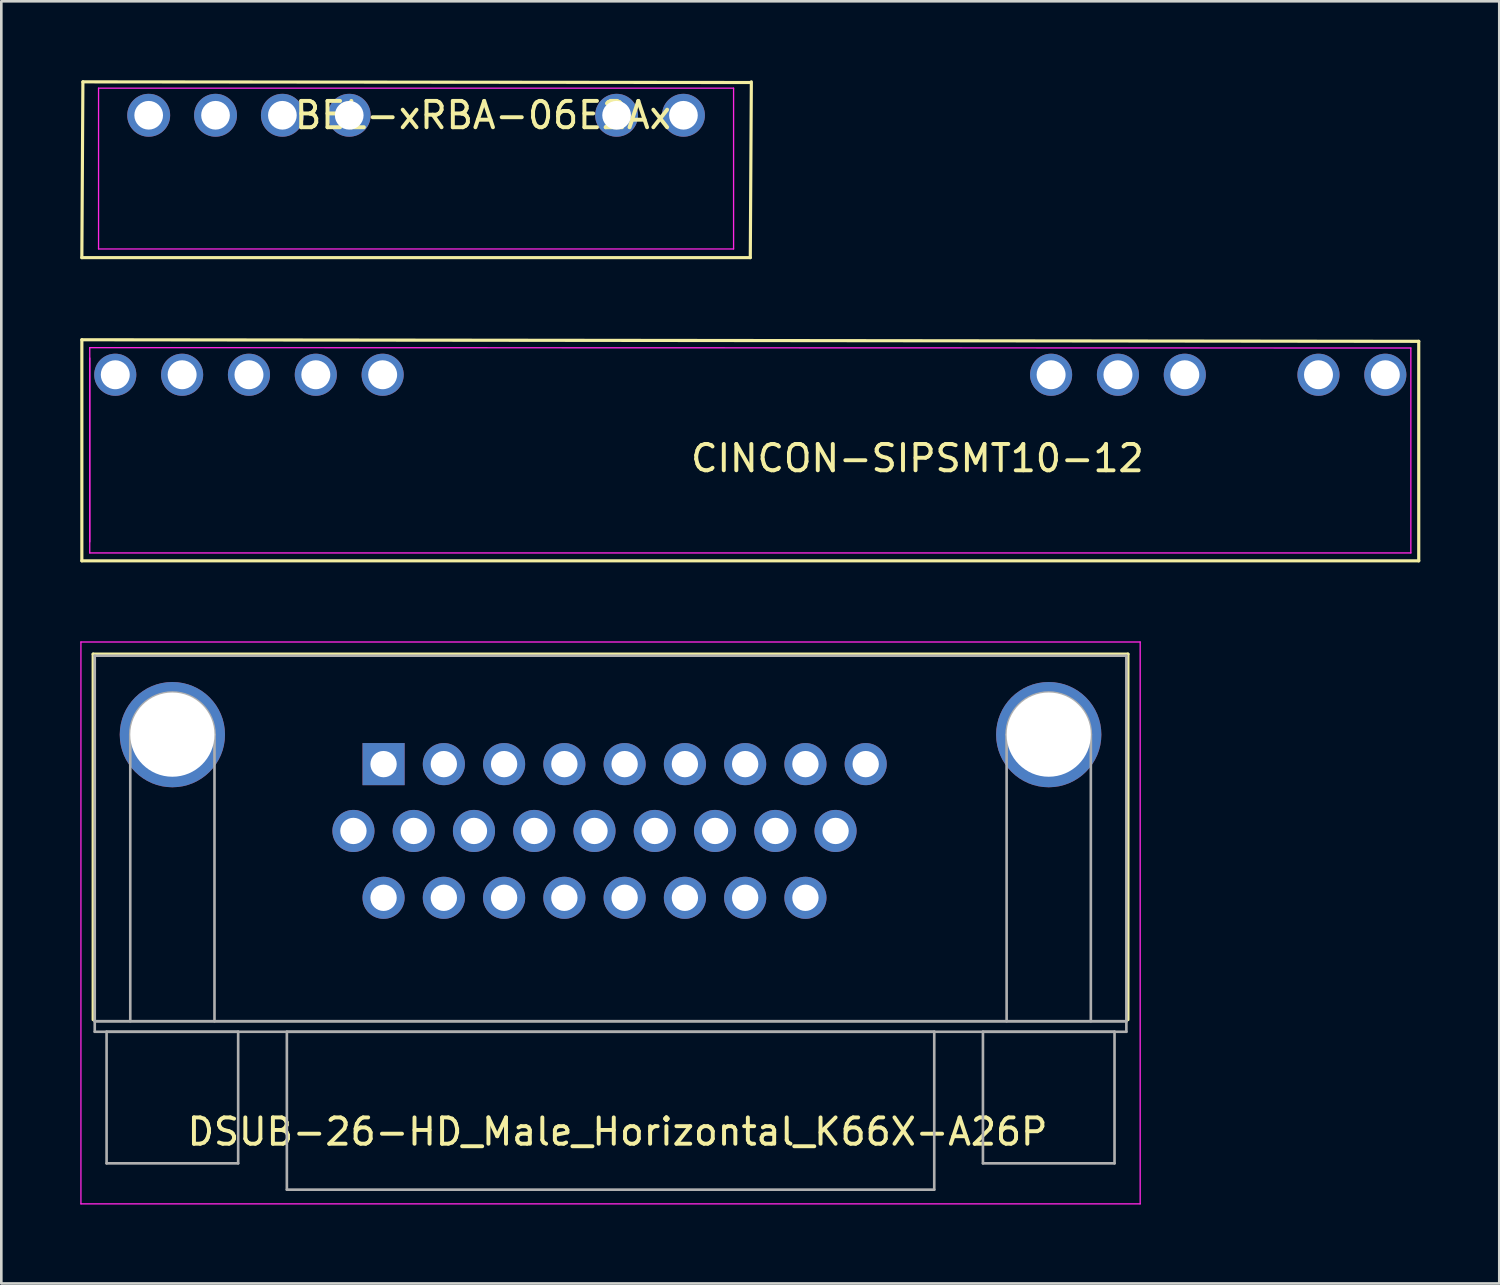
<source format=kicad_pcb>
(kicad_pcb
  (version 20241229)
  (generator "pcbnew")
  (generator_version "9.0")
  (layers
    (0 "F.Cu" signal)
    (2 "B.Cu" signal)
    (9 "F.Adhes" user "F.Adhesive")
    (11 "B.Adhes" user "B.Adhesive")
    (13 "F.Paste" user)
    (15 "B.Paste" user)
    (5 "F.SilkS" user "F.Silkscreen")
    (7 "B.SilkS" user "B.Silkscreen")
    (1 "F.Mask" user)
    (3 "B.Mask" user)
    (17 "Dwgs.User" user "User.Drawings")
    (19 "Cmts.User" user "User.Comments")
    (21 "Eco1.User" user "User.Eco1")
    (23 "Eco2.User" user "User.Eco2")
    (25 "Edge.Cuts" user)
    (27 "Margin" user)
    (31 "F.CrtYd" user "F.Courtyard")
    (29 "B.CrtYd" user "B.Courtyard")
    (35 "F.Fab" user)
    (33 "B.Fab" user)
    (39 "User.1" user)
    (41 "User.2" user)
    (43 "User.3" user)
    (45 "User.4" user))
  (footprint "DSUB-26-HD_Male_Horizontal_K66X-A26P"
    (layer "F.Cu")
    (at 20.415 32.335)
    (property "Reference" "DSUB-26-HD_Male_Horizontal_K66X-A26P" (at 0 7.62 0) (layer "F.SilkS") (effects (font (size 1 1) (thickness 0.15))))
    (attr through_hole)
    (fp_line (start -19.925 -10.53) (end 19.395 -10.53) (stroke (width 0.12) (type solid)) (layer "F.SilkS"))
    (fp_line (start -19.925 3.36) (end -19.925 -10.53) (stroke (width 0.12) (type solid)) (layer "F.SilkS"))
    (fp_line (start 19.395 -10.53) (end 19.395 3.36) (stroke (width 0.12) (type solid)) (layer "F.SilkS"))
    (fp_line (start -20.39 -10.99) (end -20.39 10.36) (stroke (width 0.05) (type solid)) (layer "F.CrtYd"))
    (fp_line (start -20.39 10.36) (end 19.86 10.36) (stroke (width 0.05) (type solid)) (layer "F.CrtYd"))
    (fp_line (start 19.86 -10.99) (end -20.39 -10.99) (stroke (width 0.05) (type solid)) (layer "F.CrtYd"))
    (fp_line (start 19.86 10.36) (end 19.86 -10.99) (stroke (width 0.05) (type solid)) (layer "F.CrtYd"))
    (fp_line (start -19.865 -10.47) (end -19.865 3.42) (stroke (width 0.1) (type solid)) (layer "F.Fab"))
    (fp_line (start -19.865 3.42) (end -19.865 3.82) (stroke (width 0.1) (type solid)) (layer "F.Fab"))
    (fp_line (start -19.865 3.42) (end 19.335 3.42) (stroke (width 0.1) (type solid)) (layer "F.Fab"))
    (fp_line (start -19.865 3.82) (end 19.335 3.82) (stroke (width 0.1) (type solid)) (layer "F.Fab"))
    (fp_line (start -19.415 3.82) (end -19.415 8.82) (stroke (width 0.1) (type solid)) (layer "F.Fab"))
    (fp_line (start -19.415 8.82) (end -14.415 8.82) (stroke (width 0.1) (type solid)) (layer "F.Fab"))
    (fp_line (start -18.515 3.42) (end -18.515 -7.47) (stroke (width 0.1) (type solid)) (layer "F.Fab"))
    (fp_line (start -15.315 3.42) (end -15.315 -7.47) (stroke (width 0.1) (type solid)) (layer "F.Fab"))
    (fp_line (start -14.415 3.82) (end -19.415 3.82) (stroke (width 0.1) (type solid)) (layer "F.Fab"))
    (fp_line (start -14.415 8.82) (end -14.415 3.82) (stroke (width 0.1) (type solid)) (layer "F.Fab"))
    (fp_line (start -12.565 3.82) (end -12.565 9.82) (stroke (width 0.1) (type solid)) (layer "F.Fab"))
    (fp_line (start -12.565 9.82) (end 12.035 9.82) (stroke (width 0.1) (type solid)) (layer "F.Fab"))
    (fp_line (start 12.035 3.82) (end -12.565 3.82) (stroke (width 0.1) (type solid)) (layer "F.Fab"))
    (fp_line (start 12.035 9.82) (end 12.035 3.82) (stroke (width 0.1) (type solid)) (layer "F.Fab"))
    (fp_line (start 13.885 3.82) (end 13.885 8.82) (stroke (width 0.1) (type solid)) (layer "F.Fab"))
    (fp_line (start 13.885 8.82) (end 18.885 8.82) (stroke (width 0.1) (type solid)) (layer "F.Fab"))
    (fp_line (start 14.785 3.42) (end 14.785 -7.47) (stroke (width 0.1) (type solid)) (layer "F.Fab"))
    (fp_line (start 17.985 3.42) (end 17.985 -7.47) (stroke (width 0.1) (type solid)) (layer "F.Fab"))
    (fp_line (start 18.885 3.82) (end 13.885 3.82) (stroke (width 0.1) (type solid)) (layer "F.Fab"))
    (fp_line (start 18.885 8.82) (end 18.885 3.82) (stroke (width 0.1) (type solid)) (layer "F.Fab"))
    (fp_line (start 19.335 -10.47) (end -19.865 -10.47) (stroke (width 0.1) (type solid)) (layer "F.Fab"))
    (fp_line (start 19.335 3.42) (end -19.865 3.42) (stroke (width 0.1) (type solid)) (layer "F.Fab"))
    (fp_line (start 19.335 3.42) (end 19.335 -10.47) (stroke (width 0.1) (type solid)) (layer "F.Fab"))
    (fp_line (start 19.335 3.82) (end 19.335 3.42) (stroke (width 0.1) (type solid)) (layer "F.Fab"))
    (fp_arc (start -18.515 -7.47) (mid -16.915 -9.07) (end -15.315 -7.47) (stroke (width 0.1) (type solid)) (layer "F.Fab"))
    (fp_arc (start 14.785 -7.47) (mid 16.385 -9.07) (end 17.985 -7.47) (stroke (width 0.1) (type solid)) (layer "F.Fab"))
    (pad "0" thru_hole circle (at -16.915 -7.47) (size 4 4) (drill 3.2) (layers "*.Cu" "*.Mask"))
    (pad "0" thru_hole circle (at 16.385 -7.47) (size 4 4) (drill 3.2) (layers "*.Cu" "*.Mask"))
    (pad "1" thru_hole rect (at -8.89 -6.35) (size 1.6 1.6) (drill 1) (layers "*.Cu" "*.Mask"))
    (pad "2" thru_hole circle (at -6.6 -6.35) (size 1.6 1.6) (drill 1) (layers "*.Cu" "*.Mask"))
    (pad "3" thru_hole circle (at -4.31 -6.35) (size 1.6 1.6) (drill 1) (layers "*.Cu" "*.Mask"))
    (pad "4" thru_hole circle (at -2.02 -6.35) (size 1.6 1.6) (drill 1) (layers "*.Cu" "*.Mask"))
    (pad "5" thru_hole circle (at 0.27 -6.35) (size 1.6 1.6) (drill 1) (layers "*.Cu" "*.Mask"))
    (pad "6" thru_hole circle (at 2.56 -6.35) (size 1.6 1.6) (drill 1) (layers "*.Cu" "*.Mask"))
    (pad "7" thru_hole circle (at 4.85 -6.35) (size 1.6 1.6) (drill 1) (layers "*.Cu" "*.Mask"))
    (pad "8" thru_hole circle (at 7.14 -6.35) (size 1.6 1.6) (drill 1) (layers "*.Cu" "*.Mask"))
    (pad "9" thru_hole circle (at 9.43 -6.35) (size 1.6 1.6) (drill 1) (layers "*.Cu" "*.Mask"))
    (pad "10" thru_hole circle (at -10.035 -3.81) (size 1.6 1.6) (drill 1) (layers "*.Cu" "*.Mask"))
    (pad "11" thru_hole circle (at -7.745 -3.81) (size 1.6 1.6) (drill 1) (layers "*.Cu" "*.Mask"))
    (pad "12" thru_hole circle (at -5.455 -3.81) (size 1.6 1.6) (drill 1) (layers "*.Cu" "*.Mask"))
    (pad "13" thru_hole circle (at -3.165 -3.81) (size 1.6 1.6) (drill 1) (layers "*.Cu" "*.Mask"))
    (pad "14" thru_hole circle (at -0.875 -3.81) (size 1.6 1.6) (drill 1) (layers "*.Cu" "*.Mask"))
    (pad "15" thru_hole circle (at 1.415 -3.81) (size 1.6 1.6) (drill 1) (layers "*.Cu" "*.Mask"))
    (pad "16" thru_hole circle (at 3.705 -3.81) (size 1.6 1.6) (drill 1) (layers "*.Cu" "*.Mask"))
    (pad "17" thru_hole circle (at 5.995 -3.81) (size 1.6 1.6) (drill 1) (layers "*.Cu" "*.Mask"))
    (pad "18" thru_hole circle (at 8.285 -3.81) (size 1.6 1.6) (drill 1) (layers "*.Cu" "*.Mask"))
    (pad "19" thru_hole circle (at -8.89 -1.27) (size 1.6 1.6) (drill 1) (layers "*.Cu" "*.Mask"))
    (pad "20" thru_hole circle (at -6.6 -1.27) (size 1.6 1.6) (drill 1) (layers "*.Cu" "*.Mask"))
    (pad "21" thru_hole circle (at -4.31 -1.27) (size 1.6 1.6) (drill 1) (layers "*.Cu" "*.Mask"))
    (pad "22" thru_hole circle (at -2.02 -1.27) (size 1.6 1.6) (drill 1) (layers "*.Cu" "*.Mask"))
    (pad "23" thru_hole circle (at 0.27 -1.27) (size 1.6 1.6) (drill 1) (layers "*.Cu" "*.Mask"))
    (pad "24" thru_hole circle (at 2.56 -1.27) (size 1.6 1.6) (drill 1) (layers "*.Cu" "*.Mask"))
    (pad "25" thru_hole circle (at 4.85 -1.27) (size 1.6 1.6) (drill 1) (layers "*.Cu" "*.Mask"))
    (pad "26" thru_hole circle (at 7.14 -1.27) (size 1.6 1.6) (drill 1) (layers "*.Cu" "*.Mask")))
  (footprint "BEL-xRBA-06E2Ax"
    (layer "F.Cu")
    (at 12.76 1.965)
    (property "Reference" "BEL-xRBA-06E2Ax" (at 2.54 -0.635 0) (layer "F.SilkS") (effects (font (size 1 1) (thickness 0.15))))
    (attr through_hole)
    (fp_line (start -12.7 4.775) (end -12.66 -1.905) (stroke (width 0.12) (type solid)) (layer "F.SilkS"))
    (fp_line (start -12.66 -1.905) (end 12.7 -1.88) (stroke (width 0.12) (type solid)) (layer "F.SilkS"))
    (fp_line (start 12.7 4.775) (end -12.7 4.775) (stroke (width 0.12) (type solid)) (layer "F.SilkS"))
    (fp_line (start 12.7 4.775) (end 12.74 -1.905) (stroke (width 0.12) (type solid)) (layer "F.SilkS"))
    (fp_line (start -12.065 -1.665) (end 12.065 -1.665) (stroke (width 0.05) (type solid)) (layer "F.CrtYd"))
    (fp_line (start -12.065 4.445) (end -12.065 -1.665) (stroke (width 0.05) (type solid)) (layer "F.CrtYd"))
    (fp_line (start 12.065 4.445) (end -12.065 4.445) (stroke (width 0.05) (type solid)) (layer "F.CrtYd"))
    (fp_line (start 12.065 4.445) (end 12.065 -1.665) (stroke (width 0.05) (type solid)) (layer "F.CrtYd"))
    (pad "1" thru_hole circle (at -10.16 -0.635) (size 1.63 1.63) (drill 1.09) (layers "*.Cu" "*.Mask"))
    (pad "2" thru_hole circle (at -7.62 -0.635) (size 1.63 1.63) (drill 1.09) (layers "*.Cu" "*.Mask"))
    (pad "3" thru_hole circle (at -5.08 -0.635) (size 1.63 1.63) (drill 1.09) (layers "*.Cu" "*.Mask"))
    (pad "4" thru_hole circle (at -2.54 -0.635) (size 1.63 1.63) (drill 1.09) (layers "*.Cu" "*.Mask"))
    (pad "6" thru_hole circle (at 7.62 -0.635) (size 1.63 1.63) (drill 1.09) (layers "*.Cu" "*.Mask"))
    (pad "7" thru_hole circle (at 10.16 -0.635) (size 1.63 1.63) (drill 1.09) (layers "*.Cu" "*.Mask")))
  (footprint "CINCON-SIPSMT10-12"
    (layer "F.Cu")
    (at 31.81 11.19)
    (property "Reference" "CINCON-SIPSMT10-12" (at 0 3.175 0) (layer "F.SilkS") (effects (font (size 1 1) (thickness 0.15))))
    (attr through_hole)
    (fp_line (start -31.75 -1.33) (end 19.05 -1.27) (stroke (width 0.12) (type solid)) (layer "F.SilkS"))
    (fp_line (start -31.75 7.07) (end -31.75 -1.33) (stroke (width 0.12) (type solid)) (layer "F.SilkS"))
    (fp_line (start 19.05 7.07) (end -31.75 7.07) (stroke (width 0.12) (type solid)) (layer "F.SilkS"))
    (fp_line (start 19.05 7.07) (end 19.05 -1.27) (stroke (width 0.12) (type solid)) (layer "F.SilkS"))
    (fp_line (start -31.45 -1.03) (end 18.75 -1.016) (stroke (width 0.05) (type solid)) (layer "F.CrtYd"))
    (fp_line (start -31.45 6.35) (end -31.45 -0.635) (stroke (width 0.05) (type solid)) (layer "F.CrtYd"))
    (fp_line (start -31.45 6.77) (end -31.45 -1.03) (stroke (width 0.05) (type solid)) (layer "F.CrtYd"))
    (fp_line (start 18.75 6.77) (end -31.45 6.77) (stroke (width 0.05) (type solid)) (layer "F.CrtYd"))
    (fp_line (start 18.75 6.77) (end 18.75 -1.016) (stroke (width 0.05) (type solid)) (layer "F.CrtYd"))
    (pad "1" thru_hole circle (at -30.48 0) (size 1.6 1.6) (drill 1.1) (layers "*.Cu" "*.Mask"))
    (pad "2" thru_hole circle (at -27.94 0) (size 1.6 1.6) (drill 1.1) (layers "*.Cu" "*.Mask"))
    (pad "3" thru_hole circle (at -25.4 0) (size 1.6 1.6) (drill 1.1) (layers "*.Cu" "*.Mask"))
    (pad "4" thru_hole circle (at -22.86 0) (size 1.6 1.6) (drill 1.1) (layers "*.Cu" "*.Mask"))
    (pad "5" thru_hole circle (at -20.32 0) (size 1.6 1.6) (drill 1.1) (layers "*.Cu" "*.Mask"))
    (pad "6" thru_hole circle (at 5.08 0) (size 1.6 1.6) (drill 1.1) (layers "*.Cu" "*.Mask"))
    (pad "7" thru_hole circle (at 7.62 0) (size 1.6 1.6) (drill 1.1) (layers "*.Cu" "*.Mask"))
    (pad "8" thru_hole circle (at 10.16 0) (size 1.6 1.6) (drill 1.1) (layers "*.Cu" "*.Mask"))
    (pad "10" thru_hole circle (at 15.24 0) (size 1.6 1.6) (drill 1.1) (layers "*.Cu" "*.Mask"))
    (pad "11" thru_hole circle (at 17.78 0) (size 1.6 1.6) (drill 1.1) (layers "*.Cu" "*.Mask")))
  (gr_rect
    (start -3 -3)
    (end 53.92 45.72)
    (stroke (width 0.1) (type default))
    (fill no)
    (layer "Edge.Cuts")))
</source>
